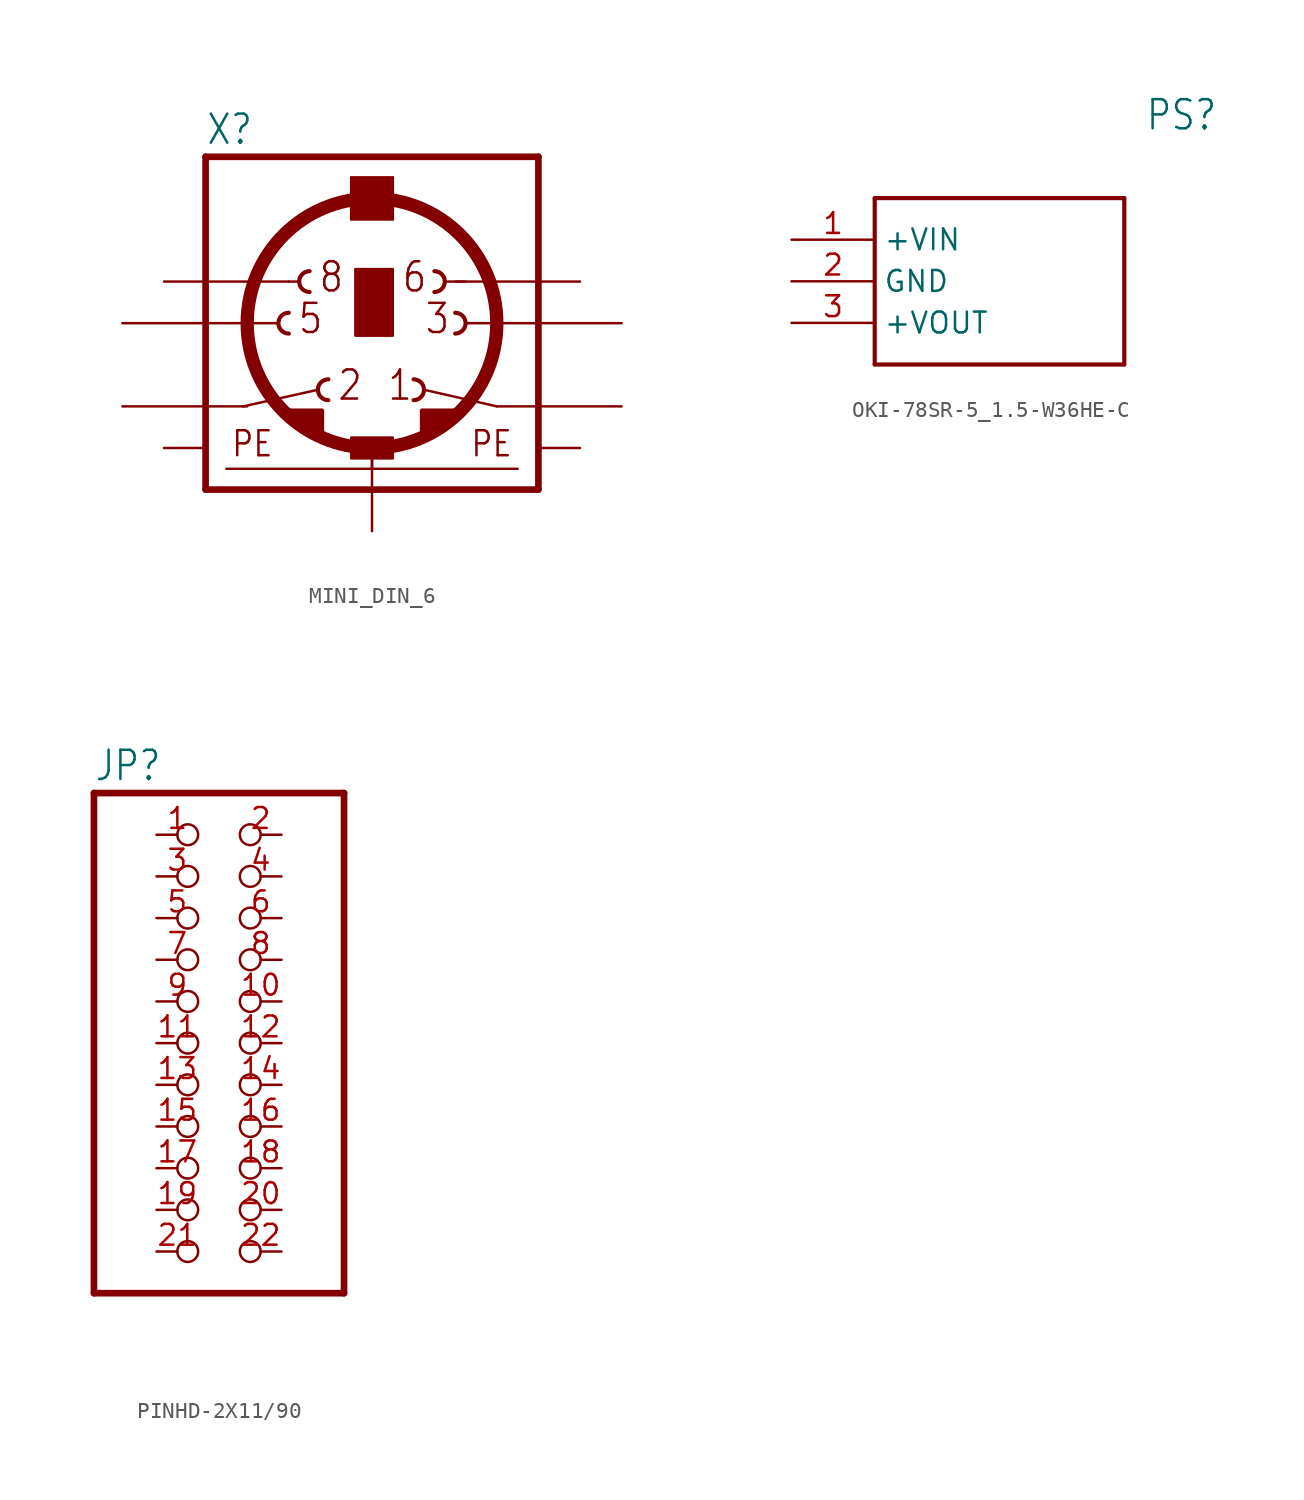
<source format=kicad_sym>
(kicad_symbol_lib
  (version 20231120)
  (generator "kicad_symbol_editor")
  (generator_version "8.0")
  (symbol "MINI_DIN_6"
    (property "Reference" "X"
      (at -10.16 13.335 0)
      (effects (font (size 1.778 1.511)) (justify left bottom)))
    (property "Value" ""
      (at 0 13.335 0)
      (effects (font (size 1.778 1.511)) (justify left bottom)))
    (property "ki_locked" ""
      (at 0 0 0)
      (effects (font (size 1.27 1.27))))
    (symbol "MINI_DIN_6_1_0"
      (arc (start -5.08 3.175) (mid -5.715 2.54) (end -5.08 1.905) (stroke (width 0.254) (type solid)) (fill (type none)))
      (arc (start -3.81 5.715) (mid -4.445 5.08) (end -3.81 4.445) (stroke (width 0.254) (type solid)) (fill (type none)))
      (arc (start -2.667 -0.889) (mid -3.302 -1.524) (end -2.667 -2.159) (stroke (width 0.254) (type solid)) (fill (type none)))
      (rectangle (start -1.27 -5.715) (end 1.27 -4.445) (stroke (width 0) (type default)) (fill (type outline)))
      (rectangle (start -1.27 8.89) (end 1.27 11.43) (stroke (width 0) (type default)) (fill (type outline)))
      (rectangle (start -1.016 1.778) (end 1.27 5.842) (stroke (width 0) (type default)) (fill (type outline)))
      (polyline (pts (xy -10.16 -7.62) (xy -10.16 12.7)) (stroke (width 0.406) (type solid)) (fill (type none)))
      (polyline (pts (xy -10.16 -7.62) (xy 10.16 -7.62)) (stroke (width 0.406) (type solid)) (fill (type none)))
      (polyline (pts (xy -8.89 -6.35) (xy 0 -6.35)) (stroke (width 0.152) (type solid)) (fill (type none)))
      (polyline (pts (xy -7.874 -2.54) (xy -3.302 -1.524)) (stroke (width 0.152) (type solid)) (fill (type none)))
      (polyline (pts (xy -7.62 2.54) (xy -5.715 2.54)) (stroke (width 0.152) (type solid)) (fill (type none)))
      (polyline (pts (xy -5.08 5.08) (xy -4.445 5.08)) (stroke (width 0.152) (type solid)) (fill (type none)))
      (polyline (pts (xy -1.27 8.89) (xy -1.27 11.43)) (stroke (width 0.152) (type solid)) (fill (type none)))
      (polyline (pts (xy -1.27 8.89) (xy 1.27 8.89)) (stroke (width 0.152) (type solid)) (fill (type none)))
      (polyline (pts (xy -1.27 11.43) (xy 1.27 11.43)) (stroke (width 0.152) (type solid)) (fill (type none)))
      (polyline (pts (xy 0 -6.35) (xy 0 -5.08)) (stroke (width 0.152) (type solid)) (fill (type none)))
      (polyline (pts (xy 0 -6.35) (xy 8.89 -6.35)) (stroke (width 0.152) (type solid)) (fill (type none)))
      (polyline (pts (xy 1.27 11.43) (xy 1.27 8.89)) (stroke (width 0.152) (type solid)) (fill (type none)))
      (polyline (pts (xy 3.175 -1.524) (xy 7.62 -2.54)) (stroke (width 0.152) (type solid)) (fill (type none)))
      (polyline (pts (xy 4.445 5.08) (xy 5.715 5.08)) (stroke (width 0.152) (type solid)) (fill (type none)))
      (polyline (pts (xy 5.715 2.54) (xy 7.62 2.54)) (stroke (width 0.152) (type solid)) (fill (type none)))
      (polyline (pts (xy 10.16 12.7) (xy -10.16 12.7)) (stroke (width 0.406) (type solid)) (fill (type none)))
      (polyline (pts (xy 10.16 12.7) (xy 10.16 -7.62)) (stroke (width 0.406) (type solid)) (fill (type none)))
      (polyline (pts (xy -3.048 -4.318) (xy -3.048 -2.794) (xy -5.588 -2.794)) (stroke (width 0.254) (type solid)) (fill (type outline)))
      (polyline (pts (xy 3.048 -4.318) (xy 3.048 -2.794) (xy 5.588 -2.794)) (stroke (width 0.254) (type solid)) (fill (type outline)))
      (circle (center 0 2.54) (radius 7.62) (stroke (width 0.813) (type solid)) (fill (type none)))
      (arc (start 2.54 -2.159) (mid 3.175 -1.524) (end 2.54 -0.889) (stroke (width 0.254) (type solid)) (fill (type none)))
      (arc (start 3.81 4.445) (mid 4.445 5.08) (end 3.81 5.715) (stroke (width 0.254) (type solid)) (fill (type none)))
      (arc (start 5.08 1.905) (mid 5.715 2.54) (end 5.08 3.175) (stroke (width 0.254) (type solid)) (fill (type none)))
      (text "1" (at 0.889 -2.286 0) (effects (font (size 1.778 1.511)) (justify left bottom)))
      (text "2" (at -2.159 -2.286 0) (effects (font (size 1.778 1.511)) (justify left bottom)))
      (text "3" (at 3.175 1.778 0) (effects (font (size 1.778 1.511)) (justify left bottom)))
      (text "5" (at -4.572 1.778 0) (effects (font (size 1.778 1.511)) (justify left bottom)))
      (text "6" (at 1.778 4.318 0) (effects (font (size 1.778 1.511)) (justify left bottom)))
      (text "8" (at -3.302 4.318 0) (effects (font (size 1.778 1.511)) (justify left bottom)))
      (text "PE" (at -8.636 -5.715 0) (effects (font (size 1.524 1.295)) (justify left bottom)))
      (text "PE" (at 5.969 -5.715 0) (effects (font (size 1.524 1.295)) (justify left bottom)))
      (pin passive line (at 15.24 -2.54 180) (length 7.62) (name "1" (effects (font (size 0 0)))) (number "1" (effects (font (size 0 0)))))
      (pin passive line (at -15.24 -2.54 0) (length 7.62) (name "2" (effects (font (size 0 0)))) (number "2" (effects (font (size 0 0)))))
      (pin passive line (at 15.24 2.54 180) (length 7.62) (name "3" (effects (font (size 0 0)))) (number "3" (effects (font (size 0 0)))))
      (pin passive line (at -15.24 2.54 0) (length 7.62) (name "5" (effects (font (size 0 0)))) (number "5" (effects (font (size 0 0)))))
      (pin passive line (at 12.7 5.08 180) (length 7.62) (name "6" (effects (font (size 0 0)))) (number "6" (effects (font (size 0 0)))))
      (pin passive line (at -12.7 5.08 0) (length 7.62) (name "8" (effects (font (size 0 0)))) (number "8" (effects (font (size 0 0)))))
      (pin power_in line (at 12.7 -5.08 180) (length 2.54) (name "PE1" (effects (font (size 0 0)))) (number "SH1" (effects (font (size 0 0)))))
      (pin power_in line (at 0 -10.16 90) (length 5.08) (name "PE2" (effects (font (size 0 0)))) (number "SH2" (effects (font (size 0 0)))))
      (pin power_in line (at -12.7 -5.08 0) (length 2.54) (name "PE3" (effects (font (size 0 0)))) (number "SH3" (effects (font (size 0 0)))))))
  (symbol "OKI-78SR-5_1.5-W36HE-C"
    (property "Reference" "PS"
      (at 21.59 7.62 0)
      (effects (font (size 1.778 1.511)) (justify left)))
    (property "Value" ""
      (at 21.59 5.08 0)
      (effects (font (size 1.778 1.511)) (justify left)))
    (property "ki_locked" ""
      (at 0 0 0)
      (effects (font (size 1.27 1.27))))
    (symbol "OKI-78SR-5_1.5-W36HE-C_1_0"
      (polyline (pts (xy 5.08 2.54) (xy 5.08 -7.62)) (stroke (width 0.254) (type solid)) (fill (type none)))
      (polyline (pts (xy 5.08 2.54) (xy 20.32 2.54)) (stroke (width 0.254) (type solid)) (fill (type none)))
      (polyline (pts (xy 20.32 -7.62) (xy 5.08 -7.62)) (stroke (width 0.254) (type solid)) (fill (type none)))
      (polyline (pts (xy 20.32 -7.62) (xy 20.32 2.54)) (stroke (width 0.254) (type solid)) (fill (type none)))
      (pin bidirectional line (at 0 0 0) (length 5.08) (name "+VIN" (effects (font (size 1.27 1.27)))) (number "1" (effects (font (size 1.27 1.27)))))
      (pin bidirectional line (at 0 -2.54 0) (length 5.08) (name "GND" (effects (font (size 1.27 1.27)))) (number "2" (effects (font (size 1.27 1.27)))))
      (pin bidirectional line (at 0 -5.08 0) (length 5.08) (name "+VOUT" (effects (font (size 1.27 1.27)))) (number "3" (effects (font (size 1.27 1.27)))))))
  (symbol "PINHD-2X11/90"
    (property "Reference" "JP"
      (at -6.35 15.875 0)
      (effects (font (size 1.778 1.511)) (justify left bottom)))
    (property "Value" ""
      (at -6.35 -17.78 0)
      (effects (font (size 1.778 1.511)) (justify left bottom)))
    (property "ki_locked" ""
      (at 0 0 0)
      (effects (font (size 1.27 1.27))))
    (symbol "PINHD-2X11/90_1_0"
      (polyline (pts (xy -6.35 -15.24) (xy 8.89 -15.24)) (stroke (width 0.406) (type solid)) (fill (type none)))
      (polyline (pts (xy -6.35 15.24) (xy -6.35 -15.24)) (stroke (width 0.406) (type solid)) (fill (type none)))
      (polyline (pts (xy 8.89 -15.24) (xy 8.89 15.24)) (stroke (width 0.406) (type solid)) (fill (type none)))
      (polyline (pts (xy 8.89 15.24) (xy -6.35 15.24)) (stroke (width 0.406) (type solid)) (fill (type none)))
      (pin passive inverted (at -2.54 12.7 0) (length 2.54) (name "1" (effects (font (size 0 0)))) (number "1" (effects (font (size 1.27 1.27)))))
      (pin passive inverted (at 5.08 2.54 180) (length 2.54) (name "10" (effects (font (size 0 0)))) (number "10" (effects (font (size 1.27 1.27)))))
      (pin passive inverted (at -2.54 0 0) (length 2.54) (name "11" (effects (font (size 0 0)))) (number "11" (effects (font (size 1.27 1.27)))))
      (pin passive inverted (at 5.08 0 180) (length 2.54) (name "12" (effects (font (size 0 0)))) (number "12" (effects (font (size 1.27 1.27)))))
      (pin passive inverted (at -2.54 -2.54 0) (length 2.54) (name "13" (effects (font (size 0 0)))) (number "13" (effects (font (size 1.27 1.27)))))
      (pin passive inverted (at 5.08 -2.54 180) (length 2.54) (name "14" (effects (font (size 0 0)))) (number "14" (effects (font (size 1.27 1.27)))))
      (pin passive inverted (at -2.54 -5.08 0) (length 2.54) (name "15" (effects (font (size 0 0)))) (number "15" (effects (font (size 1.27 1.27)))))
      (pin passive inverted (at 5.08 -5.08 180) (length 2.54) (name "16" (effects (font (size 0 0)))) (number "16" (effects (font (size 1.27 1.27)))))
      (pin passive inverted (at -2.54 -7.62 0) (length 2.54) (name "17" (effects (font (size 0 0)))) (number "17" (effects (font (size 1.27 1.27)))))
      (pin passive inverted (at 5.08 -7.62 180) (length 2.54) (name "18" (effects (font (size 0 0)))) (number "18" (effects (font (size 1.27 1.27)))))
      (pin passive inverted (at -2.54 -10.16 0) (length 2.54) (name "19" (effects (font (size 0 0)))) (number "19" (effects (font (size 1.27 1.27)))))
      (pin passive inverted (at 5.08 12.7 180) (length 2.54) (name "2" (effects (font (size 0 0)))) (number "2" (effects (font (size 1.27 1.27)))))
      (pin passive inverted (at 5.08 -10.16 180) (length 2.54) (name "20" (effects (font (size 0 0)))) (number "20" (effects (font (size 1.27 1.27)))))
      (pin passive inverted (at -2.54 -12.7 0) (length 2.54) (name "21" (effects (font (size 0 0)))) (number "21" (effects (font (size 1.27 1.27)))))
      (pin passive inverted (at 5.08 -12.7 180) (length 2.54) (name "22" (effects (font (size 0 0)))) (number "22" (effects (font (size 1.27 1.27)))))
      (pin passive inverted (at -2.54 10.16 0) (length 2.54) (name "3" (effects (font (size 0 0)))) (number "3" (effects (font (size 1.27 1.27)))))
      (pin passive inverted (at 5.08 10.16 180) (length 2.54) (name "4" (effects (font (size 0 0)))) (number "4" (effects (font (size 1.27 1.27)))))
      (pin passive inverted (at -2.54 7.62 0) (length 2.54) (name "5" (effects (font (size 0 0)))) (number "5" (effects (font (size 1.27 1.27)))))
      (pin passive inverted (at 5.08 7.62 180) (length 2.54) (name "6" (effects (font (size 0 0)))) (number "6" (effects (font (size 1.27 1.27)))))
      (pin passive inverted (at -2.54 5.08 0) (length 2.54) (name "7" (effects (font (size 0 0)))) (number "7" (effects (font (size 1.27 1.27)))))
      (pin passive inverted (at 5.08 5.08 180) (length 2.54) (name "8" (effects (font (size 0 0)))) (number "8" (effects (font (size 1.27 1.27)))))
      (pin passive inverted (at -2.54 2.54 0) (length 2.54) (name "9" (effects (font (size 0 0)))) (number "9" (effects (font (size 1.27 1.27))))))))
</source>
